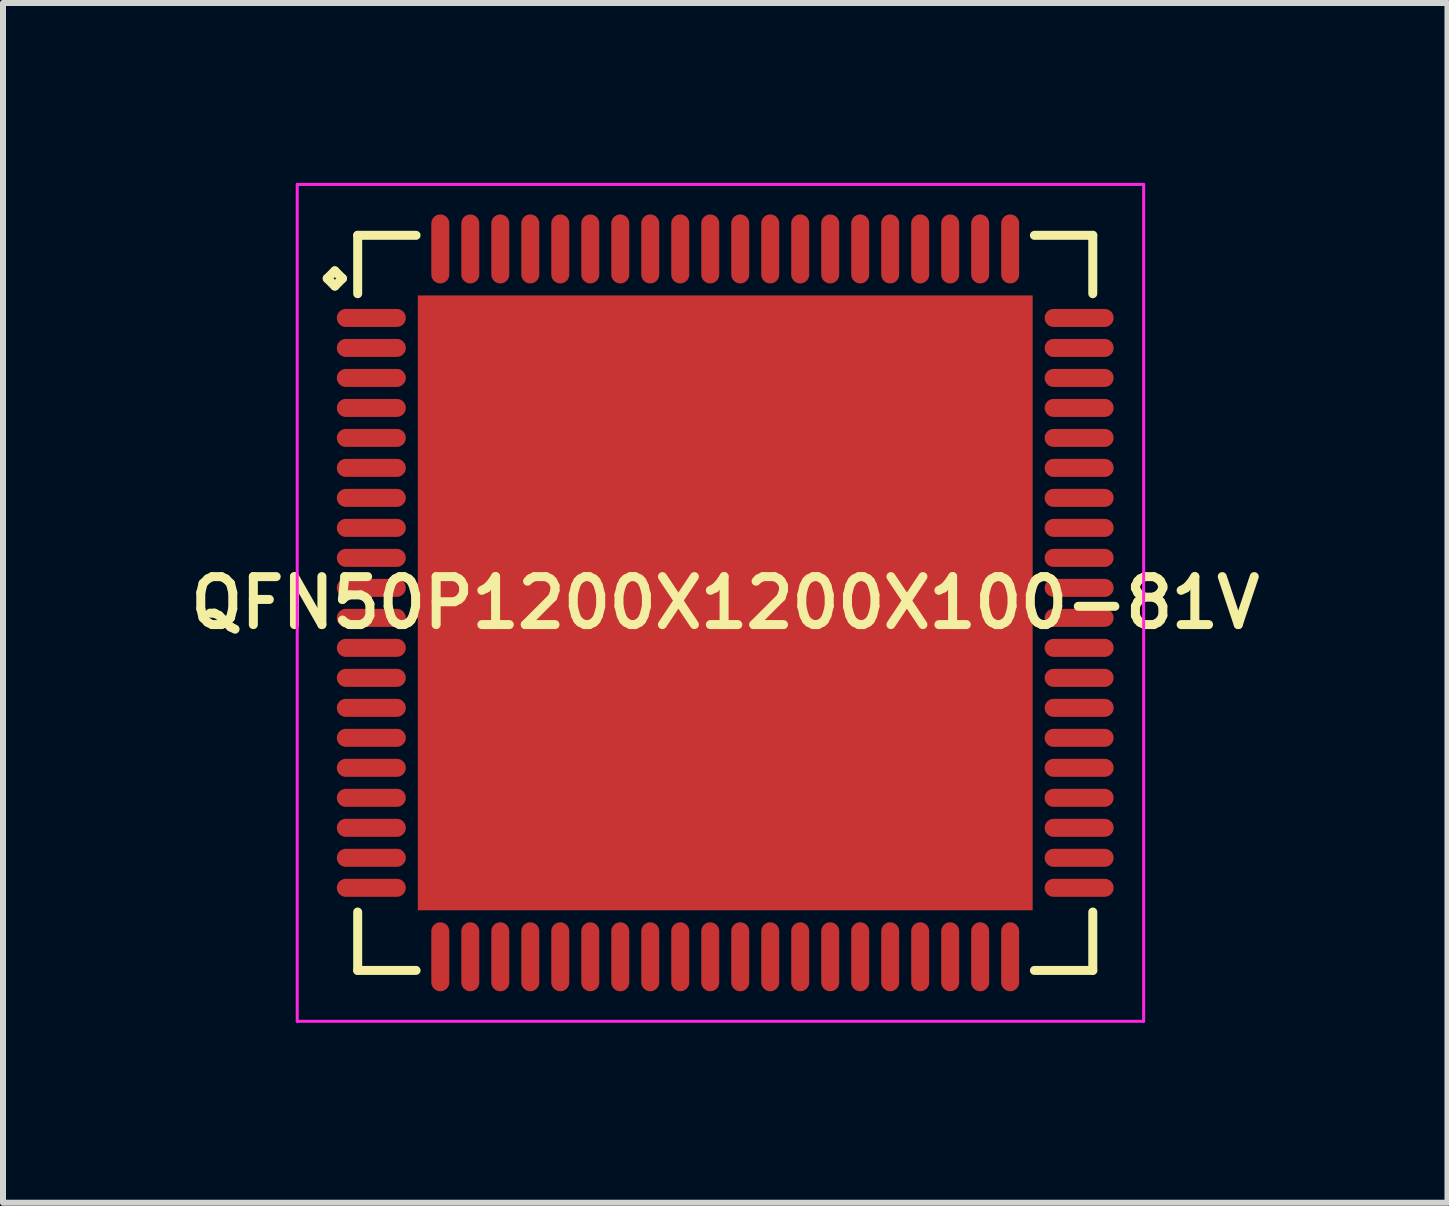
<source format=kicad_pcb>
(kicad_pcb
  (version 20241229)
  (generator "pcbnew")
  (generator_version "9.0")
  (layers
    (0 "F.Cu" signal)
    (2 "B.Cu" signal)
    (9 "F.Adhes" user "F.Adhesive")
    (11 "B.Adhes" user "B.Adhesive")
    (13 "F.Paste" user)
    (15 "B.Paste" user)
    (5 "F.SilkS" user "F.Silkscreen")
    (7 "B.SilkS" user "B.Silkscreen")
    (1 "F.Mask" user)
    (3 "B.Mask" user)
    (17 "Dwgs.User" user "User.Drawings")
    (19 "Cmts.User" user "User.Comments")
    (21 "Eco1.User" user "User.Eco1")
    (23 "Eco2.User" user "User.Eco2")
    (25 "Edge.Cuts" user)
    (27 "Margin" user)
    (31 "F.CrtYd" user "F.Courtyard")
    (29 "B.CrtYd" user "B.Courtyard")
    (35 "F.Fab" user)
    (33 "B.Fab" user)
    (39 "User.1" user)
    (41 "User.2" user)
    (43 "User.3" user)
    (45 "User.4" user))
  (footprint "QFN50P1200X1200X100-81V"
    (layer "F.Cu")
    (at 9.04 7)
    (property "Reference" "QFN50P1200X1200X100-81V" (at 0 0 0) (layer "F.SilkS") (effects (font (size 0.8 0.8) (thickness 0.15))))
    (attr smd)
    (fp_line (start -6.635 -5.408) (end -6.508 -5.535) (stroke (width 0.15) (type solid)) (layer "F.SilkS"))
    (fp_line (start -6.508 -5.535) (end -6.381 -5.408) (stroke (width 0.15) (type solid)) (layer "F.SilkS"))
    (fp_line (start -6.508 -5.281) (end -6.635 -5.408) (stroke (width 0.15) (type solid)) (layer "F.SilkS"))
    (fp_line (start -6.381 -5.408) (end -6.508 -5.281) (stroke (width 0.15) (type solid)) (layer "F.SilkS"))
    (fp_line (start -6.127 -6.127) (end -5.154 -6.127) (stroke (width 0.15) (type solid)) (layer "F.SilkS"))
    (fp_line (start -6.127 -5.154) (end -6.127 -6.127) (stroke (width 0.15) (type solid)) (layer "F.SilkS"))
    (fp_line (start -6.127 5.154) (end -6.127 6.127) (stroke (width 0.15) (type solid)) (layer "F.SilkS"))
    (fp_line (start -6.127 6.127) (end -5.154 6.127) (stroke (width 0.15) (type solid)) (layer "F.SilkS"))
    (fp_line (start 5.154 -6.127) (end 6.127 -6.127) (stroke (width 0.15) (type solid)) (layer "F.SilkS"))
    (fp_line (start 5.154 6.127) (end 6.127 6.127) (stroke (width 0.15) (type solid)) (layer "F.SilkS"))
    (fp_line (start 6.127 -6.127) (end 6.127 -5.154) (stroke (width 0.15) (type solid)) (layer "F.SilkS"))
    (fp_line (start 6.127 6.127) (end 6.127 5.154) (stroke (width 0.15) (type solid)) (layer "F.SilkS"))
    (fp_line (start -7.135 -6.975) (end 6.975 -6.975) (stroke (width 0.05) (type solid)) (layer "F.CrtYd"))
    (fp_line (start -7.135 6.975) (end -7.135 -6.975) (stroke (width 0.05) (type solid)) (layer "F.CrtYd"))
    (fp_line (start 6.975 -6.975) (end 6.975 6.975) (stroke (width 0.05) (type solid)) (layer "F.CrtYd"))
    (fp_line (start 6.975 6.975) (end -7.135 6.975) (stroke (width 0.05) (type solid)) (layer "F.CrtYd"))
    (pad "1" smd oval (at -5.9 -4.75) (size 1.15 0.3) (layers "F.Cu" "F.Mask" "F.Paste"))
    (pad "2" smd oval (at -5.9 -4.25) (size 1.15 0.3) (layers "F.Cu" "F.Mask" "F.Paste"))
    (pad "3" smd oval (at -5.9 -3.75) (size 1.15 0.3) (layers "F.Cu" "F.Mask" "F.Paste"))
    (pad "4" smd oval (at -5.9 -3.25) (size 1.15 0.3) (layers "F.Cu" "F.Mask" "F.Paste"))
    (pad "5" smd oval (at -5.9 -2.75) (size 1.15 0.3) (layers "F.Cu" "F.Mask" "F.Paste"))
    (pad "6" smd oval (at -5.9 -2.25) (size 1.15 0.3) (layers "F.Cu" "F.Mask" "F.Paste"))
    (pad "7" smd oval (at -5.9 -1.75) (size 1.15 0.3) (layers "F.Cu" "F.Mask" "F.Paste"))
    (pad "8" smd oval (at -5.9 -1.25) (size 1.15 0.3) (layers "F.Cu" "F.Mask" "F.Paste"))
    (pad "9" smd oval (at -5.9 -0.75) (size 1.15 0.3) (layers "F.Cu" "F.Mask" "F.Paste"))
    (pad "10" smd oval (at -5.9 -0.25) (size 1.15 0.3) (layers "F.Cu" "F.Mask" "F.Paste"))
    (pad "11" smd oval (at -5.9 0.25) (size 1.15 0.3) (layers "F.Cu" "F.Mask" "F.Paste"))
    (pad "12" smd oval (at -5.9 0.75) (size 1.15 0.3) (layers "F.Cu" "F.Mask" "F.Paste"))
    (pad "13" smd oval (at -5.9 1.25) (size 1.15 0.3) (layers "F.Cu" "F.Mask" "F.Paste"))
    (pad "14" smd oval (at -5.9 1.75) (size 1.15 0.3) (layers "F.Cu" "F.Mask" "F.Paste"))
    (pad "15" smd oval (at -5.9 2.25) (size 1.15 0.3) (layers "F.Cu" "F.Mask" "F.Paste"))
    (pad "16" smd oval (at -5.9 2.75) (size 1.15 0.3) (layers "F.Cu" "F.Mask" "F.Paste"))
    (pad "17" smd oval (at -5.9 3.25) (size 1.15 0.3) (layers "F.Cu" "F.Mask" "F.Paste"))
    (pad "18" smd oval (at -5.9 3.75) (size 1.15 0.3) (layers "F.Cu" "F.Mask" "F.Paste"))
    (pad "19" smd oval (at -5.9 4.25) (size 1.15 0.3) (layers "F.Cu" "F.Mask" "F.Paste"))
    (pad "20" smd oval (at -5.9 4.75) (size 1.15 0.3) (layers "F.Cu" "F.Mask" "F.Paste"))
    (pad "21" smd oval (at -4.75 5.9) (size 0.3 1.15) (layers "F.Cu" "F.Mask" "F.Paste"))
    (pad "22" smd oval (at -4.25 5.9) (size 0.3 1.15) (layers "F.Cu" "F.Mask" "F.Paste"))
    (pad "23" smd oval (at -3.75 5.9) (size 0.3 1.15) (layers "F.Cu" "F.Mask" "F.Paste"))
    (pad "24" smd oval (at -3.25 5.9) (size 0.3 1.15) (layers "F.Cu" "F.Mask" "F.Paste"))
    (pad "25" smd oval (at -2.75 5.9) (size 0.3 1.15) (layers "F.Cu" "F.Mask" "F.Paste"))
    (pad "26" smd oval (at -2.25 5.9) (size 0.3 1.15) (layers "F.Cu" "F.Mask" "F.Paste"))
    (pad "27" smd oval (at -1.75 5.9) (size 0.3 1.15) (layers "F.Cu" "F.Mask" "F.Paste"))
    (pad "28" smd oval (at -1.25 5.9) (size 0.3 1.15) (layers "F.Cu" "F.Mask" "F.Paste"))
    (pad "29" smd oval (at -0.75 5.9) (size 0.3 1.15) (layers "F.Cu" "F.Mask" "F.Paste"))
    (pad "30" smd oval (at -0.25 5.9) (size 0.3 1.15) (layers "F.Cu" "F.Mask" "F.Paste"))
    (pad "31" smd oval (at 0.25 5.9) (size 0.3 1.15) (layers "F.Cu" "F.Mask" "F.Paste"))
    (pad "32" smd oval (at 0.75 5.9) (size 0.3 1.15) (layers "F.Cu" "F.Mask" "F.Paste"))
    (pad "33" smd oval (at 1.25 5.9) (size 0.3 1.15) (layers "F.Cu" "F.Mask" "F.Paste"))
    (pad "34" smd oval (at 1.75 5.9) (size 0.3 1.15) (layers "F.Cu" "F.Mask" "F.Paste"))
    (pad "35" smd oval (at 2.25 5.9) (size 0.3 1.15) (layers "F.Cu" "F.Mask" "F.Paste"))
    (pad "36" smd oval (at 2.75 5.9) (size 0.3 1.15) (layers "F.Cu" "F.Mask" "F.Paste"))
    (pad "37" smd oval (at 3.25 5.9) (size 0.3 1.15) (layers "F.Cu" "F.Mask" "F.Paste"))
    (pad "38" smd oval (at 3.75 5.9) (size 0.3 1.15) (layers "F.Cu" "F.Mask" "F.Paste"))
    (pad "39" smd oval (at 4.25 5.9) (size 0.3 1.15) (layers "F.Cu" "F.Mask" "F.Paste"))
    (pad "40" smd oval (at 4.75 5.9) (size 0.3 1.15) (layers "F.Cu" "F.Mask" "F.Paste"))
    (pad "41" smd oval (at 5.9 4.75) (size 1.15 0.3) (layers "F.Cu" "F.Mask" "F.Paste"))
    (pad "42" smd oval (at 5.9 4.25) (size 1.15 0.3) (layers "F.Cu" "F.Mask" "F.Paste"))
    (pad "43" smd oval (at 5.9 3.75) (size 1.15 0.3) (layers "F.Cu" "F.Mask" "F.Paste"))
    (pad "44" smd oval (at 5.9 3.25) (size 1.15 0.3) (layers "F.Cu" "F.Mask" "F.Paste"))
    (pad "45" smd oval (at 5.9 2.75) (size 1.15 0.3) (layers "F.Cu" "F.Mask" "F.Paste"))
    (pad "46" smd oval (at 5.9 2.25) (size 1.15 0.3) (layers "F.Cu" "F.Mask" "F.Paste"))
    (pad "47" smd oval (at 5.9 1.75) (size 1.15 0.3) (layers "F.Cu" "F.Mask" "F.Paste"))
    (pad "48" smd oval (at 5.9 1.25) (size 1.15 0.3) (layers "F.Cu" "F.Mask" "F.Paste"))
    (pad "49" smd oval (at 5.9 0.75) (size 1.15 0.3) (layers "F.Cu" "F.Mask" "F.Paste"))
    (pad "50" smd oval (at 5.9 0.25) (size 1.15 0.3) (layers "F.Cu" "F.Mask" "F.Paste"))
    (pad "51" smd oval (at 5.9 -0.25) (size 1.15 0.3) (layers "F.Cu" "F.Mask" "F.Paste"))
    (pad "52" smd oval (at 5.9 -0.75) (size 1.15 0.3) (layers "F.Cu" "F.Mask" "F.Paste"))
    (pad "53" smd oval (at 5.9 -1.25) (size 1.15 0.3) (layers "F.Cu" "F.Mask" "F.Paste"))
    (pad "54" smd oval (at 5.9 -1.75) (size 1.15 0.3) (layers "F.Cu" "F.Mask" "F.Paste"))
    (pad "55" smd oval (at 5.9 -2.25) (size 1.15 0.3) (layers "F.Cu" "F.Mask" "F.Paste"))
    (pad "56" smd oval (at 5.9 -2.75) (size 1.15 0.3) (layers "F.Cu" "F.Mask" "F.Paste"))
    (pad "57" smd oval (at 5.9 -3.25) (size 1.15 0.3) (layers "F.Cu" "F.Mask" "F.Paste"))
    (pad "58" smd oval (at 5.9 -3.75) (size 1.15 0.3) (layers "F.Cu" "F.Mask" "F.Paste"))
    (pad "59" smd oval (at 5.9 -4.25) (size 1.15 0.3) (layers "F.Cu" "F.Mask" "F.Paste"))
    (pad "60" smd oval (at 5.9 -4.75) (size 1.15 0.3) (layers "F.Cu" "F.Mask" "F.Paste"))
    (pad "61" smd oval (at 4.75 -5.9) (size 0.3 1.15) (layers "F.Cu" "F.Mask" "F.Paste"))
    (pad "62" smd oval (at 4.25 -5.9) (size 0.3 1.15) (layers "F.Cu" "F.Mask" "F.Paste"))
    (pad "63" smd oval (at 3.75 -5.9) (size 0.3 1.15) (layers "F.Cu" "F.Mask" "F.Paste"))
    (pad "64" smd oval (at 3.25 -5.9) (size 0.3 1.15) (layers "F.Cu" "F.Mask" "F.Paste"))
    (pad "65" smd oval (at 2.75 -5.9) (size 0.3 1.15) (layers "F.Cu" "F.Mask" "F.Paste"))
    (pad "66" smd oval (at 2.25 -5.9) (size 0.3 1.15) (layers "F.Cu" "F.Mask" "F.Paste"))
    (pad "67" smd oval (at 1.75 -5.9) (size 0.3 1.15) (layers "F.Cu" "F.Mask" "F.Paste"))
    (pad "68" smd oval (at 1.25 -5.9) (size 0.3 1.15) (layers "F.Cu" "F.Mask" "F.Paste"))
    (pad "69" smd oval (at 0.75 -5.9) (size 0.3 1.15) (layers "F.Cu" "F.Mask" "F.Paste"))
    (pad "70" smd oval (at 0.25 -5.9) (size 0.3 1.15) (layers "F.Cu" "F.Mask" "F.Paste"))
    (pad "71" smd oval (at -0.25 -5.9) (size 0.3 1.15) (layers "F.Cu" "F.Mask" "F.Paste"))
    (pad "72" smd oval (at -0.75 -5.9) (size 0.3 1.15) (layers "F.Cu" "F.Mask" "F.Paste"))
    (pad "73" smd oval (at -1.25 -5.9) (size 0.3 1.15) (layers "F.Cu" "F.Mask" "F.Paste"))
    (pad "74" smd oval (at -1.75 -5.9) (size 0.3 1.15) (layers "F.Cu" "F.Mask" "F.Paste"))
    (pad "75" smd oval (at -2.25 -5.9) (size 0.3 1.15) (layers "F.Cu" "F.Mask" "F.Paste"))
    (pad "76" smd oval (at -2.75 -5.9) (size 0.3 1.15) (layers "F.Cu" "F.Mask" "F.Paste"))
    (pad "77" smd oval (at -3.25 -5.9) (size 0.3 1.15) (layers "F.Cu" "F.Mask" "F.Paste"))
    (pad "78" smd oval (at -3.75 -5.9) (size 0.3 1.15) (layers "F.Cu" "F.Mask" "F.Paste"))
    (pad "79" smd oval (at -4.25 -5.9) (size 0.3 1.15) (layers "F.Cu" "F.Mask" "F.Paste"))
    (pad "80" smd oval (at -4.75 -5.9) (size 0.3 1.15) (layers "F.Cu" "F.Mask" "F.Paste"))
    (pad "81" smd rect (at 0 0) (size 10.25 10.25) (layers "F.Cu" "F.Mask" "F.Paste")))
  (gr_rect
    (start -3 -3)
    (end 21.08 17)
    (stroke (width 0.1) (type default))
    (fill no)
    (layer "Edge.Cuts")))
</source>
